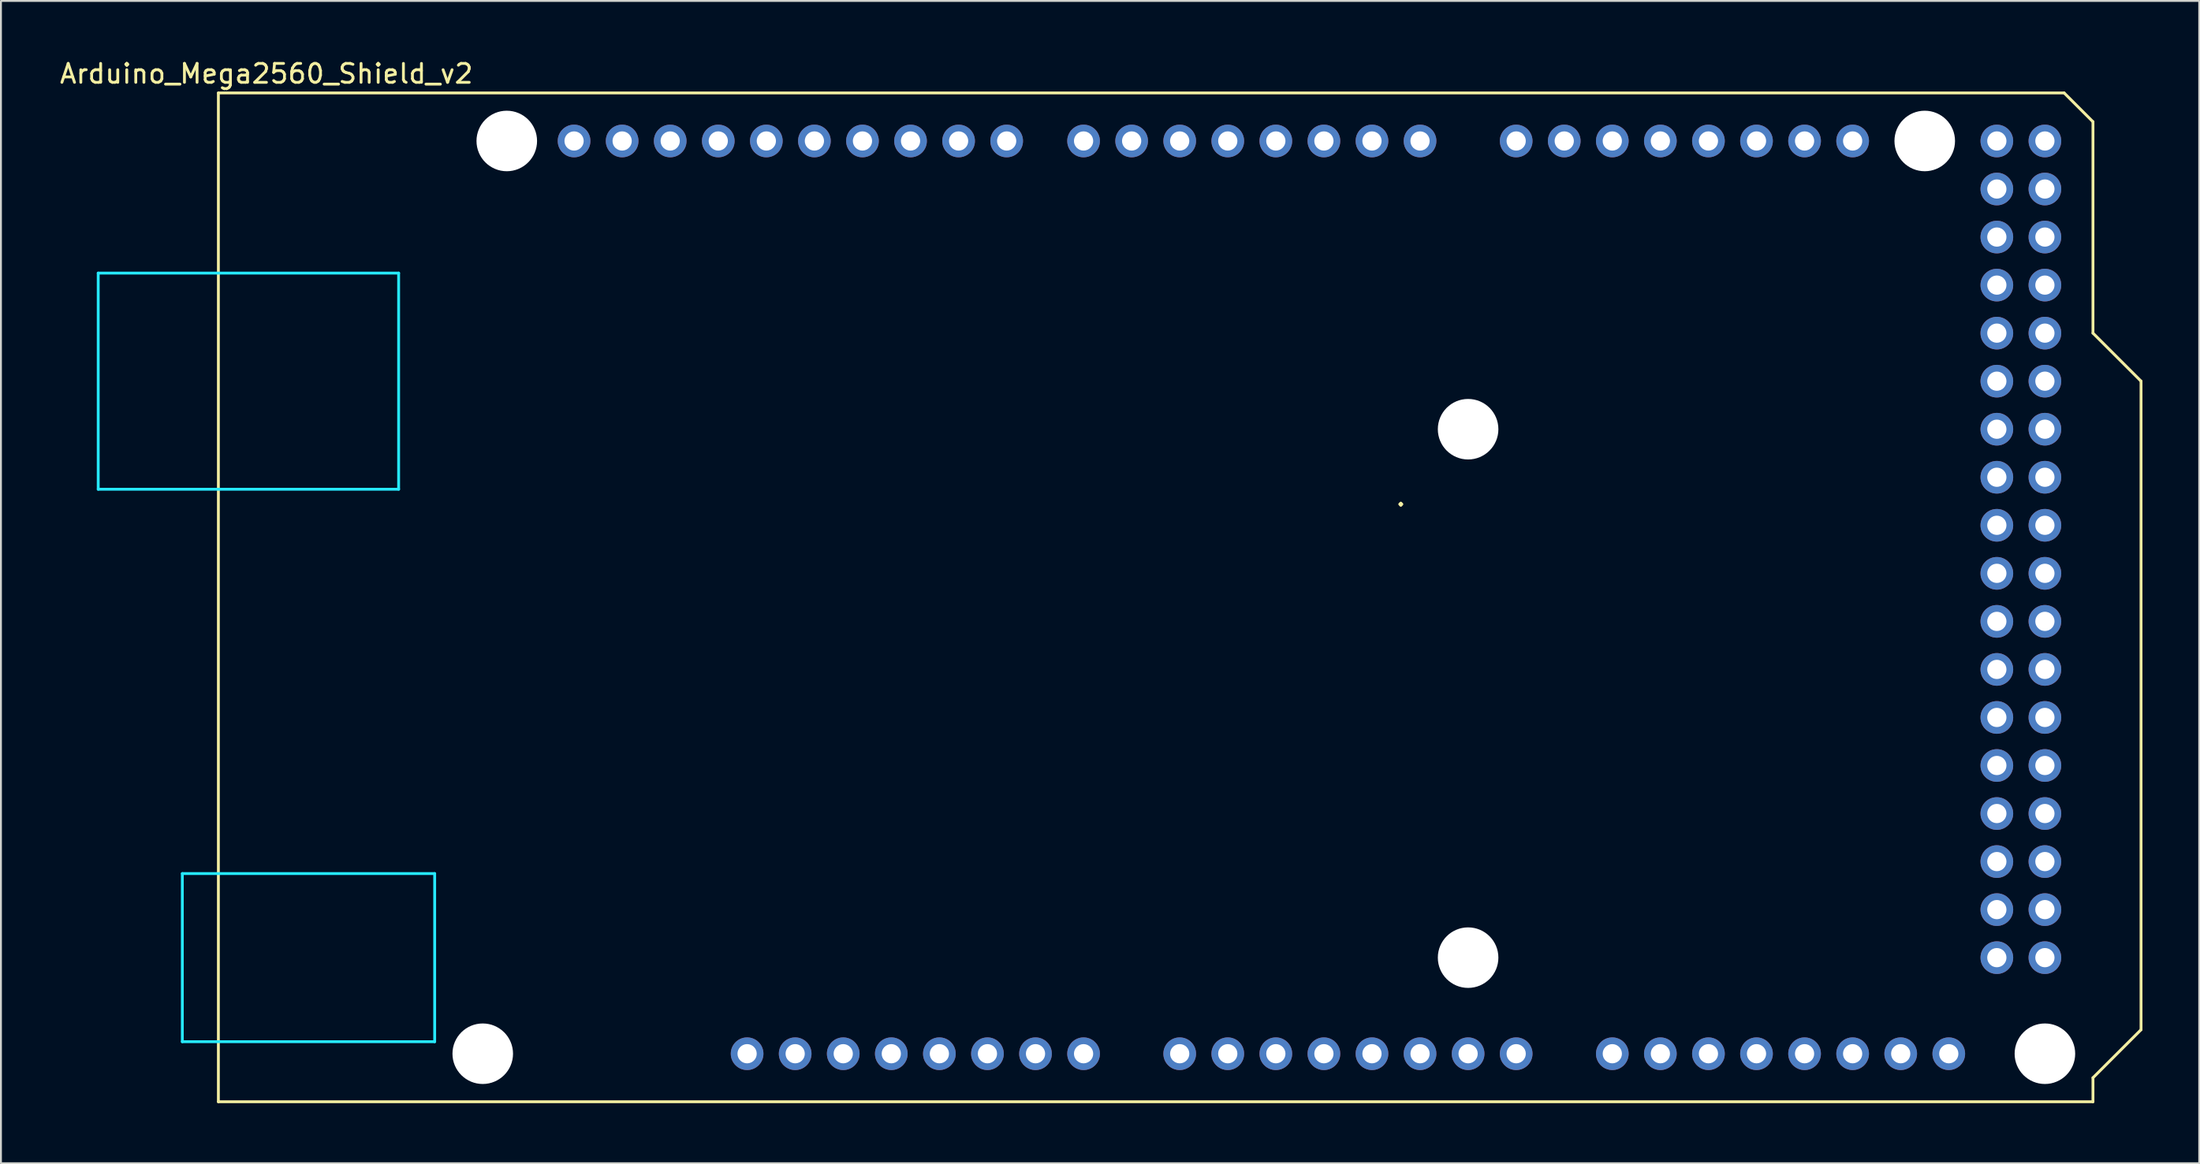
<source format=kicad_pcb>
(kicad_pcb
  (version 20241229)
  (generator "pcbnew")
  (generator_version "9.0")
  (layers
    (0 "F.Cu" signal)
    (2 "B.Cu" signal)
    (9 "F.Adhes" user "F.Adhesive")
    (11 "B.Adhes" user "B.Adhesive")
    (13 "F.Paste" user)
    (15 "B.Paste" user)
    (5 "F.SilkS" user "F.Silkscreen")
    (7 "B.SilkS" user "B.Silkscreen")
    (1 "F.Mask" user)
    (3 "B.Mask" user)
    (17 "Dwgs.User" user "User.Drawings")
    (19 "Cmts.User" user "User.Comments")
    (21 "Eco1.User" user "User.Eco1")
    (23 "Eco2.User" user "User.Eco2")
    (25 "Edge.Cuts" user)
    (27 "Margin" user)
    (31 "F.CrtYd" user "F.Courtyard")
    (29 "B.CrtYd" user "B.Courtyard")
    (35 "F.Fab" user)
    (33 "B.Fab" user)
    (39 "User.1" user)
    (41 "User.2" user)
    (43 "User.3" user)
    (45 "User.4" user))
  (footprint "Arduino_Mega2560_Shield_v2"
    (layer "F.Cu")
    (at 8.49 55.204)
    (property "Reference" "Arduino_Mega2560_Shield_v2" (at 2.54 -54.356 0) (layer "F.SilkS") (effects (font (size 1 1) (thickness 0.15))))
    (attr through_hole)
    (fp_line (start 0 -53.34) (end 0 0) (stroke (width 0.15) (type solid)) (layer "F.SilkS"))
    (fp_line (start 0 -53.34) (end 97.536 -53.34) (stroke (width 0.15) (type solid)) (layer "F.SilkS"))
    (fp_line (start 0 0) (end 99.06 0) (stroke (width 0.15) (type solid)) (layer "F.SilkS"))
    (fp_line (start 97.536 -53.34) (end 99.06 -51.816) (stroke (width 0.15) (type solid)) (layer "F.SilkS"))
    (fp_line (start 99.06 -40.64) (end 99.06 -51.816) (stroke (width 0.15) (type solid)) (layer "F.SilkS"))
    (fp_line (start 99.06 -1.27) (end 101.6 -3.81) (stroke (width 0.15) (type solid)) (layer "F.SilkS"))
    (fp_line (start 99.06 0) (end 99.06 -1.27) (stroke (width 0.15) (type solid)) (layer "F.SilkS"))
    (fp_line (start 101.6 -38.1) (end 99.06 -40.64) (stroke (width 0.15) (type solid)) (layer "F.SilkS"))
    (fp_line (start 101.6 -3.81) (end 101.6 -38.1) (stroke (width 0.15) (type solid)) (layer "F.SilkS"))
    (fp_line (start -6.35 -43.815) (end -6.35 -32.385) (stroke (width 0.15) (type solid)) (layer "B.CrtYd"))
    (fp_line (start -1.905 -12.065) (end -1.905 -3.175) (stroke (width 0.15) (type solid)) (layer "B.CrtYd"))
    (fp_line (start -1.905 -12.065) (end 11.43 -12.065) (stroke (width 0.15) (type solid)) (layer "B.CrtYd"))
    (fp_line (start -1.905 -3.175) (end 11.43 -3.175) (stroke (width 0.15) (type solid)) (layer "B.CrtYd"))
    (fp_line (start 9.525 -43.815) (end -6.35 -43.815) (stroke (width 0.15) (type solid)) (layer "B.CrtYd"))
    (fp_line (start 9.525 -43.815) (end 9.525 -32.385) (stroke (width 0.15) (type solid)) (layer "B.CrtYd"))
    (fp_line (start 9.525 -32.385) (end -6.35 -32.385) (stroke (width 0.15) (type solid)) (layer "B.CrtYd"))
    (fp_line (start 11.43 -12.065) (end 11.43 -3.175) (stroke (width 0.15) (type solid)) (layer "B.CrtYd"))
    (fp_text user "." (at 62.484 -32.004 0) (layer "F.SilkS") (effects (font (size 1 1) (thickness 0.15))))
    (pad "" np_thru_hole circle (at 13.97 -2.54) (size 3.2 3.2) (drill 3.2) (layers "*.Cu" "*.Mask"))
    (pad "" np_thru_hole circle (at 15.24 -50.8) (size 3.2 3.2) (drill 3.2) (layers "*.Cu" "*.Mask"))
    (pad "" thru_hole oval (at 27.94 -2.54) (size 1.727 1.727) (drill 1.016) (layers "*.Cu" "*.Mask"))
    (pad "" np_thru_hole circle (at 66.04 -35.56) (size 3.2 3.2) (drill 3.2) (layers "*.Cu" "*.Mask"))
    (pad "" np_thru_hole circle (at 66.04 -7.62) (size 3.2 3.2) (drill 3.2) (layers "*.Cu" "*.Mask"))
    (pad "" np_thru_hole circle (at 90.17 -50.8) (size 3.2 3.2) (drill 3.2) (layers "*.Cu" "*.Mask"))
    (pad "" np_thru_hole circle (at 96.52 -2.54) (size 3.2 3.2) (drill 3.2) (layers "*.Cu" "*.Mask"))
    (pad "3V3" thru_hole oval (at 35.56 -2.54) (size 1.727 1.727) (drill 1.016) (layers "*.Cu" "*.Mask"))
    (pad "5V1" thru_hole oval (at 38.1 -2.54) (size 1.727 1.727) (drill 1.016) (layers "*.Cu" "*.Mask"))
    (pad "5V3" thru_hole oval (at 93.98 -50.8) (size 1.727 1.727) (drill 1.016) (layers "*.Cu" "*.Mask"))
    (pad "5V4" thru_hole oval (at 96.52 -50.8) (size 1.727 1.727) (drill 1.016) (layers "*.Cu" "*.Mask"))
    (pad "A0" thru_hole oval (at 50.8 -2.54) (size 1.727 1.727) (drill 1.016) (layers "*.Cu" "*.Mask"))
    (pad "A1" thru_hole oval (at 53.34 -2.54) (size 1.727 1.727) (drill 1.016) (layers "*.Cu" "*.Mask"))
    (pad "A2" thru_hole oval (at 55.88 -2.54) (size 1.727 1.727) (drill 1.016) (layers "*.Cu" "*.Mask"))
    (pad "A3" thru_hole oval (at 58.42 -2.54) (size 1.727 1.727) (drill 1.016) (layers "*.Cu" "*.Mask"))
    (pad "A4" thru_hole oval (at 60.96 -2.54) (size 1.727 1.727) (drill 1.016) (layers "*.Cu" "*.Mask"))
    (pad "A5" thru_hole oval (at 63.5 -2.54) (size 1.727 1.727) (drill 1.016) (layers "*.Cu" "*.Mask"))
    (pad "A6" thru_hole oval (at 66.04 -2.54) (size 1.727 1.727) (drill 1.016) (layers "*.Cu" "*.Mask"))
    (pad "A7" thru_hole oval (at 68.58 -2.54) (size 1.727 1.727) (drill 1.016) (layers "*.Cu" "*.Mask"))
    (pad "A8" thru_hole oval (at 73.66 -2.54) (size 1.727 1.727) (drill 1.016) (layers "*.Cu" "*.Mask"))
    (pad "A9" thru_hole oval (at 76.2 -2.54) (size 1.727 1.727) (drill 1.016) (layers "*.Cu" "*.Mask"))
    (pad "A10" thru_hole oval (at 78.74 -2.54) (size 1.727 1.727) (drill 1.016) (layers "*.Cu" "*.Mask"))
    (pad "A11" thru_hole oval (at 81.28 -2.54) (size 1.727 1.727) (drill 1.016) (layers "*.Cu" "*.Mask"))
    (pad "A12" thru_hole oval (at 83.82 -2.54) (size 1.727 1.727) (drill 1.016) (layers "*.Cu" "*.Mask"))
    (pad "A13" thru_hole oval (at 86.36 -2.54) (size 1.727 1.727) (drill 1.016) (layers "*.Cu" "*.Mask"))
    (pad "A14" thru_hole oval (at 88.9 -2.54) (size 1.727 1.727) (drill 1.016) (layers "*.Cu" "*.Mask"))
    (pad "A15" thru_hole oval (at 91.44 -2.54) (size 1.727 1.727) (drill 1.016) (layers "*.Cu" "*.Mask"))
    (pad "AREF" thru_hole oval (at 23.876 -50.8) (size 1.727 1.727) (drill 1.016) (layers "*.Cu" "*.Mask"))
    (pad "D0" thru_hole oval (at 63.5 -50.8) (size 1.727 1.727) (drill 1.016) (layers "*.Cu" "*.Mask"))
    (pad "D1" thru_hole oval (at 60.96 -50.8) (size 1.727 1.727) (drill 1.016) (layers "*.Cu" "*.Mask"))
    (pad "D2" thru_hole oval (at 58.42 -50.8) (size 1.727 1.727) (drill 1.016) (layers "*.Cu" "*.Mask"))
    (pad "D3" thru_hole oval (at 55.88 -50.8) (size 1.727 1.727) (drill 1.016) (layers "*.Cu" "*.Mask"))
    (pad "D4" thru_hole oval (at 53.34 -50.8) (size 1.727 1.727) (drill 1.016) (layers "*.Cu" "*.Mask"))
    (pad "D5" thru_hole oval (at 50.8 -50.8) (size 1.727 1.727) (drill 1.016) (layers "*.Cu" "*.Mask"))
    (pad "D6" thru_hole oval (at 48.26 -50.8) (size 1.727 1.727) (drill 1.016) (layers "*.Cu" "*.Mask"))
    (pad "D7" thru_hole oval (at 45.72 -50.8) (size 1.727 1.727) (drill 1.016) (layers "*.Cu" "*.Mask"))
    (pad "D8" thru_hole oval (at 41.656 -50.8) (size 1.727 1.727) (drill 1.016) (layers "*.Cu" "*.Mask"))
    (pad "D9" thru_hole oval (at 39.116 -50.8) (size 1.727 1.727) (drill 1.016) (layers "*.Cu" "*.Mask"))
    (pad "D10" thru_hole oval (at 36.576 -50.8) (size 1.727 1.727) (drill 1.016) (layers "*.Cu" "*.Mask"))
    (pad "D11" thru_hole oval (at 34.036 -50.8) (size 1.727 1.727) (drill 1.016) (layers "*.Cu" "*.Mask"))
    (pad "D12" thru_hole oval (at 31.496 -50.8) (size 1.727 1.727) (drill 1.016) (layers "*.Cu" "*.Mask"))
    (pad "D13" thru_hole oval (at 28.956 -50.8) (size 1.727 1.727) (drill 1.016) (layers "*.Cu" "*.Mask"))
    (pad "D14" thru_hole oval (at 68.58 -50.8) (size 1.727 1.727) (drill 1.016) (layers "*.Cu" "*.Mask"))
    (pad "D15" thru_hole oval (at 71.12 -50.8) (size 1.727 1.727) (drill 1.016) (layers "*.Cu" "*.Mask"))
    (pad "D16" thru_hole oval (at 73.66 -50.8) (size 1.727 1.727) (drill 1.016) (layers "*.Cu" "*.Mask"))
    (pad "D17" thru_hole oval (at 76.2 -50.8) (size 1.727 1.727) (drill 1.016) (layers "*.Cu" "*.Mask"))
    (pad "D18" thru_hole oval (at 78.74 -50.8) (size 1.727 1.727) (drill 1.016) (layers "*.Cu" "*.Mask"))
    (pad "D19" thru_hole oval (at 81.28 -50.8) (size 1.727 1.727) (drill 1.016) (layers "*.Cu" "*.Mask"))
    (pad "D20" thru_hole oval (at 83.82 -50.8) (size 1.727 1.727) (drill 1.016) (layers "*.Cu" "*.Mask"))
    (pad "D21" thru_hole oval (at 86.36 -50.8) (size 1.727 1.727) (drill 1.016) (layers "*.Cu" "*.Mask"))
    (pad "D22" thru_hole oval (at 93.98 -48.26) (size 1.727 1.727) (drill 1.016) (layers "*.Cu" "*.Mask"))
    (pad "D23" thru_hole oval (at 96.52 -48.26) (size 1.727 1.727) (drill 1.016) (layers "*.Cu" "*.Mask"))
    (pad "D24" thru_hole oval (at 93.98 -45.72) (size 1.727 1.727) (drill 1.016) (layers "*.Cu" "*.Mask"))
    (pad "D25" thru_hole oval (at 96.52 -45.72) (size 1.727 1.727) (drill 1.016) (layers "*.Cu" "*.Mask"))
    (pad "D26" thru_hole oval (at 93.98 -43.18) (size 1.727 1.727) (drill 1.016) (layers "*.Cu" "*.Mask"))
    (pad "D27" thru_hole oval (at 96.52 -43.18) (size 1.727 1.727) (drill 1.016) (layers "*.Cu" "*.Mask"))
    (pad "D28" thru_hole oval (at 93.98 -40.64) (size 1.727 1.727) (drill 1.016) (layers "*.Cu" "*.Mask"))
    (pad "D29" thru_hole oval (at 96.52 -40.64) (size 1.727 1.727) (drill 1.016) (layers "*.Cu" "*.Mask"))
    (pad "D30" thru_hole oval (at 93.98 -38.1) (size 1.727 1.727) (drill 1.016) (layers "*.Cu" "*.Mask"))
    (pad "D31" thru_hole oval (at 96.52 -38.1) (size 1.727 1.727) (drill 1.016) (layers "*.Cu" "*.Mask"))
    (pad "D32" thru_hole oval (at 93.98 -35.56) (size 1.727 1.727) (drill 1.016) (layers "*.Cu" "*.Mask"))
    (pad "D33" thru_hole oval (at 96.52 -35.56) (size 1.727 1.727) (drill 1.016) (layers "*.Cu" "*.Mask"))
    (pad "D34" thru_hole oval (at 93.98 -33.02) (size 1.727 1.727) (drill 1.016) (layers "*.Cu" "*.Mask"))
    (pad "D35" thru_hole oval (at 96.52 -33.02) (size 1.727 1.727) (drill 1.016) (layers "*.Cu" "*.Mask"))
    (pad "D36" thru_hole oval (at 93.98 -30.48) (size 1.727 1.727) (drill 1.016) (layers "*.Cu" "*.Mask"))
    (pad "D37" thru_hole oval (at 96.52 -30.48) (size 1.727 1.727) (drill 1.016) (layers "*.Cu" "*.Mask"))
    (pad "D38" thru_hole oval (at 93.98 -27.94) (size 1.727 1.727) (drill 1.016) (layers "*.Cu" "*.Mask"))
    (pad "D39" thru_hole oval (at 96.52 -27.94) (size 1.727 1.727) (drill 1.016) (layers "*.Cu" "*.Mask"))
    (pad "D40" thru_hole oval (at 93.98 -25.4) (size 1.727 1.727) (drill 1.016) (layers "*.Cu" "*.Mask"))
    (pad "D41" thru_hole oval (at 96.52 -25.4) (size 1.727 1.727) (drill 1.016) (layers "*.Cu" "*.Mask"))
    (pad "D42" thru_hole oval (at 93.98 -22.86) (size 1.727 1.727) (drill 1.016) (layers "*.Cu" "*.Mask"))
    (pad "D43" thru_hole oval (at 96.52 -22.86) (size 1.727 1.727) (drill 1.016) (layers "*.Cu" "*.Mask"))
    (pad "D44" thru_hole oval (at 93.98 -20.32) (size 1.727 1.727) (drill 1.016) (layers "*.Cu" "*.Mask"))
    (pad "D45" thru_hole oval (at 96.52 -20.32) (size 1.727 1.727) (drill 1.016) (layers "*.Cu" "*.Mask"))
    (pad "D46" thru_hole oval (at 93.98 -17.78) (size 1.727 1.727) (drill 1.016) (layers "*.Cu" "*.Mask"))
    (pad "D47" thru_hole oval (at 96.52 -17.78) (size 1.727 1.727) (drill 1.016) (layers "*.Cu" "*.Mask"))
    (pad "D48" thru_hole oval (at 93.98 -15.24) (size 1.727 1.727) (drill 1.016) (layers "*.Cu" "*.Mask"))
    (pad "D49" thru_hole oval (at 96.52 -15.24) (size 1.727 1.727) (drill 1.016) (layers "*.Cu" "*.Mask"))
    (pad "D50" thru_hole oval (at 93.98 -12.7) (size 1.727 1.727) (drill 1.016) (layers "*.Cu" "*.Mask"))
    (pad "D51" thru_hole oval (at 96.52 -12.7) (size 1.727 1.727) (drill 1.016) (layers "*.Cu" "*.Mask"))
    (pad "D52" thru_hole oval (at 93.98 -10.16) (size 1.727 1.727) (drill 1.016) (layers "*.Cu" "*.Mask"))
    (pad "D53" thru_hole oval (at 96.52 -10.16) (size 1.727 1.727) (drill 1.016) (layers "*.Cu" "*.Mask"))
    (pad "GND1" thru_hole oval (at 26.416 -50.8) (size 1.727 1.727) (drill 1.016) (layers "*.Cu" "*.Mask"))
    (pad "GND2" thru_hole oval (at 40.64 -2.54) (size 1.727 1.727) (drill 1.016) (layers "*.Cu" "*.Mask"))
    (pad "GND3" thru_hole oval (at 43.18 -2.54) (size 1.727 1.727) (drill 1.016) (layers "*.Cu" "*.Mask"))
    (pad "GND5" thru_hole oval (at 93.98 -7.62) (size 1.727 1.727) (drill 1.016) (layers "*.Cu" "*.Mask"))
    (pad "GND6" thru_hole oval (at 96.52 -7.62) (size 1.727 1.727) (drill 1.016) (layers "*.Cu" "*.Mask"))
    (pad "IORF" thru_hole oval (at 30.48 -2.54) (size 1.727 1.727) (drill 1.016) (layers "*.Cu" "*.Mask"))
    (pad "RST1" thru_hole oval (at 33.02 -2.54) (size 1.727 1.727) (drill 1.016) (layers "*.Cu" "*.Mask"))
    (pad "SCL" thru_hole oval (at 18.796 -50.8) (size 1.727 1.727) (drill 1.016) (layers "*.Cu" "*.Mask"))
    (pad "SDA" thru_hole oval (at 21.336 -50.8) (size 1.727 1.727) (drill 1.016) (layers "*.Cu" "*.Mask"))
    (pad "VIN" thru_hole oval (at 45.72 -2.54) (size 1.727 1.727) (drill 1.016) (layers "*.Cu" "*.Mask")))
  (gr_rect
    (start -3 -3)
    (end 113.165 58.454)
    (stroke (width 0.1) (type default))
    (fill no)
    (layer "Edge.Cuts")))
</source>
